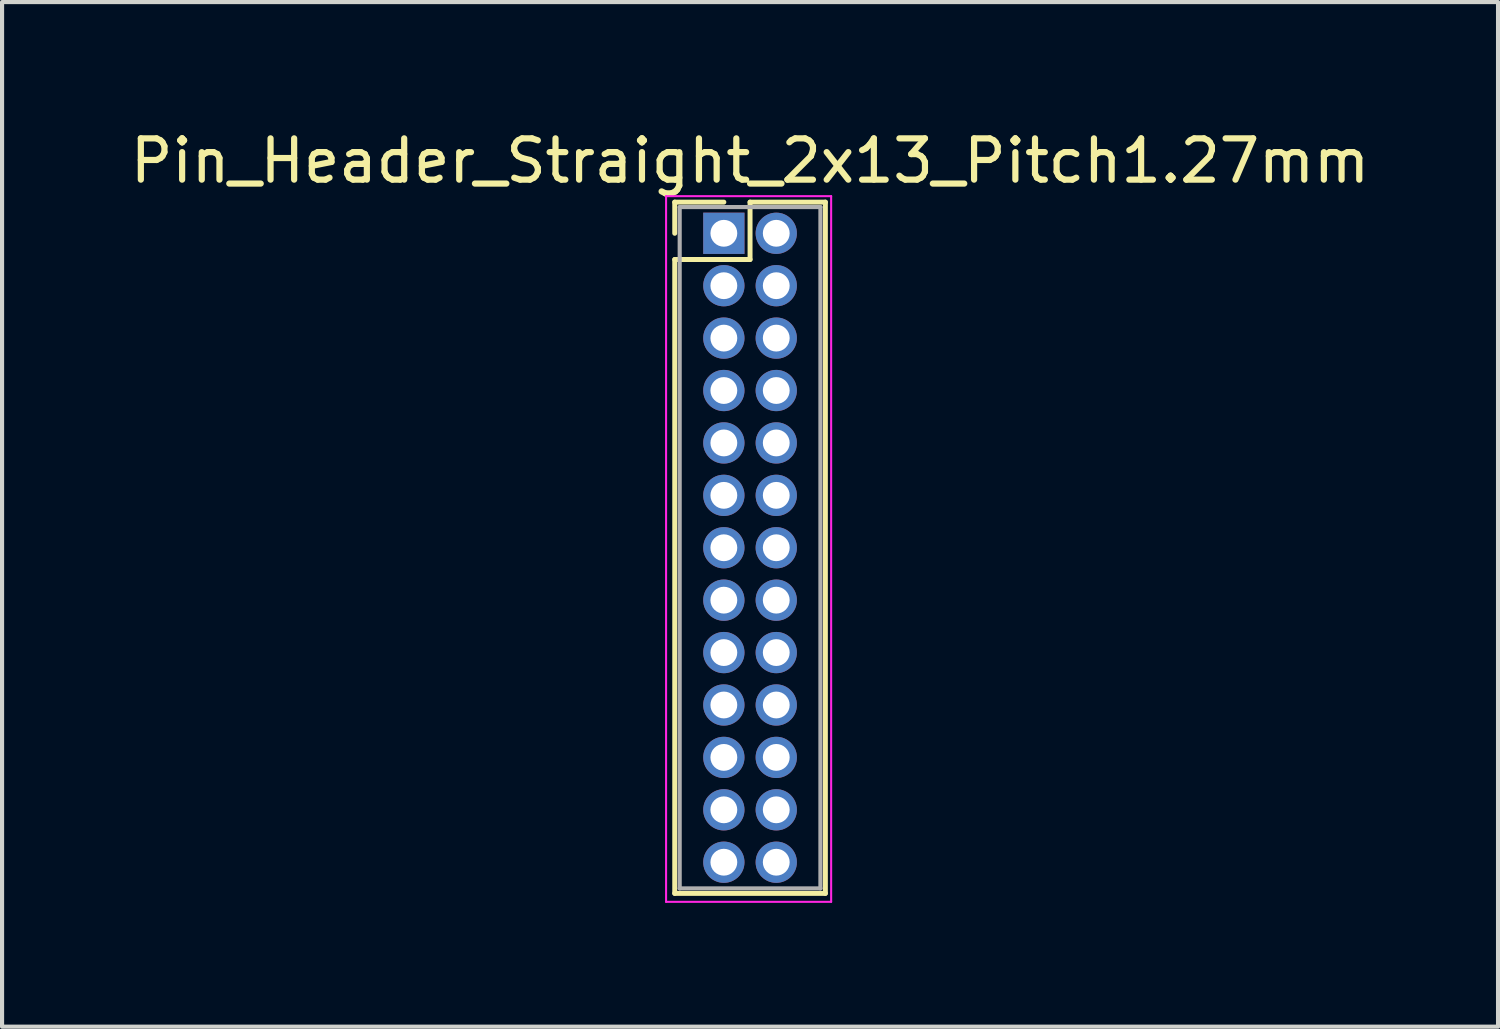
<source format=kicad_pcb>
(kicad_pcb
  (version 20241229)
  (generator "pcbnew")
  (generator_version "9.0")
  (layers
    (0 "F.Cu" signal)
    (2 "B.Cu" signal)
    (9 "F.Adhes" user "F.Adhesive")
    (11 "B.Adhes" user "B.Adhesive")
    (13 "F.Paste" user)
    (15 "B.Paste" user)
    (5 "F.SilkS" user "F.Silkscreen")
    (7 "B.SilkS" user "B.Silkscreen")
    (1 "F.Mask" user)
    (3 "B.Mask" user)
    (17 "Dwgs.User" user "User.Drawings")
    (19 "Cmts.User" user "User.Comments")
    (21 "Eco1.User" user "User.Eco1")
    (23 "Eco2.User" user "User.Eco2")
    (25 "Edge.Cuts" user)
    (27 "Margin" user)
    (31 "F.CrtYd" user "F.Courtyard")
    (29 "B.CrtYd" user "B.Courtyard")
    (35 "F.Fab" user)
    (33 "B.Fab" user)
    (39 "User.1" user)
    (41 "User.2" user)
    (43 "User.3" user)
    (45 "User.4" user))
  (footprint "Pin_Header_Straight_2x13_Pitch1.27mm"
    (layer "F.Cu")
    (at 14.49 2.603)
    (property "Reference" "Pin_Header_Straight_2x13_Pitch1.27mm" (at 0.635 -1.755 0) (layer "F.SilkS") (effects (font (size 1 1) (thickness 0.15))))
    (attr through_hole)
    (fp_line (start -1.19 -0.755) (end 0 -0.755) (stroke (width 0.12) (type solid)) (layer "F.SilkS"))
    (fp_line (start -1.19 0) (end -1.19 -0.755) (stroke (width 0.12) (type solid)) (layer "F.SilkS"))
    (fp_line (start -1.19 0.635) (end -1.19 15.995) (stroke (width 0.12) (type solid)) (layer "F.SilkS"))
    (fp_line (start -1.19 15.995) (end 2.46 15.995) (stroke (width 0.12) (type solid)) (layer "F.SilkS"))
    (fp_line (start 0.635 -0.755) (end 0.635 0.635) (stroke (width 0.12) (type solid)) (layer "F.SilkS"))
    (fp_line (start 0.635 0.635) (end -1.19 0.635) (stroke (width 0.12) (type solid)) (layer "F.SilkS"))
    (fp_line (start 2.46 -0.755) (end 0.635 -0.755) (stroke (width 0.12) (type solid)) (layer "F.SilkS"))
    (fp_line (start 2.46 15.995) (end 2.46 -0.755) (stroke (width 0.12) (type solid)) (layer "F.SilkS"))
    (fp_line (start -1.4 -0.9) (end -1.4 16.2) (stroke (width 0.05) (type solid)) (layer "F.CrtYd"))
    (fp_line (start -1.4 16.2) (end 2.6 16.2) (stroke (width 0.05) (type solid)) (layer "F.CrtYd"))
    (fp_line (start 2.6 -0.9) (end -1.4 -0.9) (stroke (width 0.05) (type solid)) (layer "F.CrtYd"))
    (fp_line (start 2.6 16.2) (end 2.6 -0.9) (stroke (width 0.05) (type solid)) (layer "F.CrtYd"))
    (fp_line (start -1.07 -0.635) (end -1.07 15.875) (stroke (width 0.1) (type solid)) (layer "F.Fab"))
    (fp_line (start -1.07 15.875) (end 2.34 15.875) (stroke (width 0.1) (type solid)) (layer "F.Fab"))
    (fp_line (start 2.34 -0.635) (end -1.07 -0.635) (stroke (width 0.1) (type solid)) (layer "F.Fab"))
    (fp_line (start 2.34 15.875) (end 2.34 -0.635) (stroke (width 0.1) (type solid)) (layer "F.Fab"))
    (pad "1" thru_hole rect (at 0 0) (size 1 1) (drill 0.65) (layers "*.Cu" "*.Mask"))
    (pad "2" thru_hole oval (at 1.27 0) (size 1 1) (drill 0.65) (layers "*.Cu" "*.Mask"))
    (pad "3" thru_hole oval (at 0 1.27) (size 1 1) (drill 0.65) (layers "*.Cu" "*.Mask"))
    (pad "4" thru_hole oval (at 1.27 1.27) (size 1 1) (drill 0.65) (layers "*.Cu" "*.Mask"))
    (pad "5" thru_hole oval (at 0 2.54) (size 1 1) (drill 0.65) (layers "*.Cu" "*.Mask"))
    (pad "6" thru_hole oval (at 1.27 2.54) (size 1 1) (drill 0.65) (layers "*.Cu" "*.Mask"))
    (pad "7" thru_hole oval (at 0 3.81) (size 1 1) (drill 0.65) (layers "*.Cu" "*.Mask"))
    (pad "8" thru_hole oval (at 1.27 3.81) (size 1 1) (drill 0.65) (layers "*.Cu" "*.Mask"))
    (pad "9" thru_hole oval (at 0 5.08) (size 1 1) (drill 0.65) (layers "*.Cu" "*.Mask"))
    (pad "10" thru_hole oval (at 1.27 5.08) (size 1 1) (drill 0.65) (layers "*.Cu" "*.Mask"))
    (pad "11" thru_hole oval (at 0 6.35) (size 1 1) (drill 0.65) (layers "*.Cu" "*.Mask"))
    (pad "12" thru_hole oval (at 1.27 6.35) (size 1 1) (drill 0.65) (layers "*.Cu" "*.Mask"))
    (pad "13" thru_hole oval (at 0 7.62) (size 1 1) (drill 0.65) (layers "*.Cu" "*.Mask"))
    (pad "14" thru_hole oval (at 1.27 7.62) (size 1 1) (drill 0.65) (layers "*.Cu" "*.Mask"))
    (pad "15" thru_hole oval (at 0 8.89) (size 1 1) (drill 0.65) (layers "*.Cu" "*.Mask"))
    (pad "16" thru_hole oval (at 1.27 8.89) (size 1 1) (drill 0.65) (layers "*.Cu" "*.Mask"))
    (pad "17" thru_hole oval (at 0 10.16) (size 1 1) (drill 0.65) (layers "*.Cu" "*.Mask"))
    (pad "18" thru_hole oval (at 1.27 10.16) (size 1 1) (drill 0.65) (layers "*.Cu" "*.Mask"))
    (pad "19" thru_hole oval (at 0 11.43) (size 1 1) (drill 0.65) (layers "*.Cu" "*.Mask"))
    (pad "20" thru_hole oval (at 1.27 11.43) (size 1 1) (drill 0.65) (layers "*.Cu" "*.Mask"))
    (pad "21" thru_hole oval (at 0 12.7) (size 1 1) (drill 0.65) (layers "*.Cu" "*.Mask"))
    (pad "22" thru_hole oval (at 1.27 12.7) (size 1 1) (drill 0.65) (layers "*.Cu" "*.Mask"))
    (pad "23" thru_hole oval (at 0 13.97) (size 1 1) (drill 0.65) (layers "*.Cu" "*.Mask"))
    (pad "24" thru_hole oval (at 1.27 13.97) (size 1 1) (drill 0.65) (layers "*.Cu" "*.Mask"))
    (pad "25" thru_hole oval (at 0 15.24) (size 1 1) (drill 0.65) (layers "*.Cu" "*.Mask"))
    (pad "26" thru_hole oval (at 1.27 15.24) (size 1 1) (drill 0.65) (layers "*.Cu" "*.Mask")))
  (gr_rect
    (start -3 -3)
    (end 33.25 21.828)
    (stroke (width 0.1) (type default))
    (fill no)
    (layer "Edge.Cuts")))
</source>
